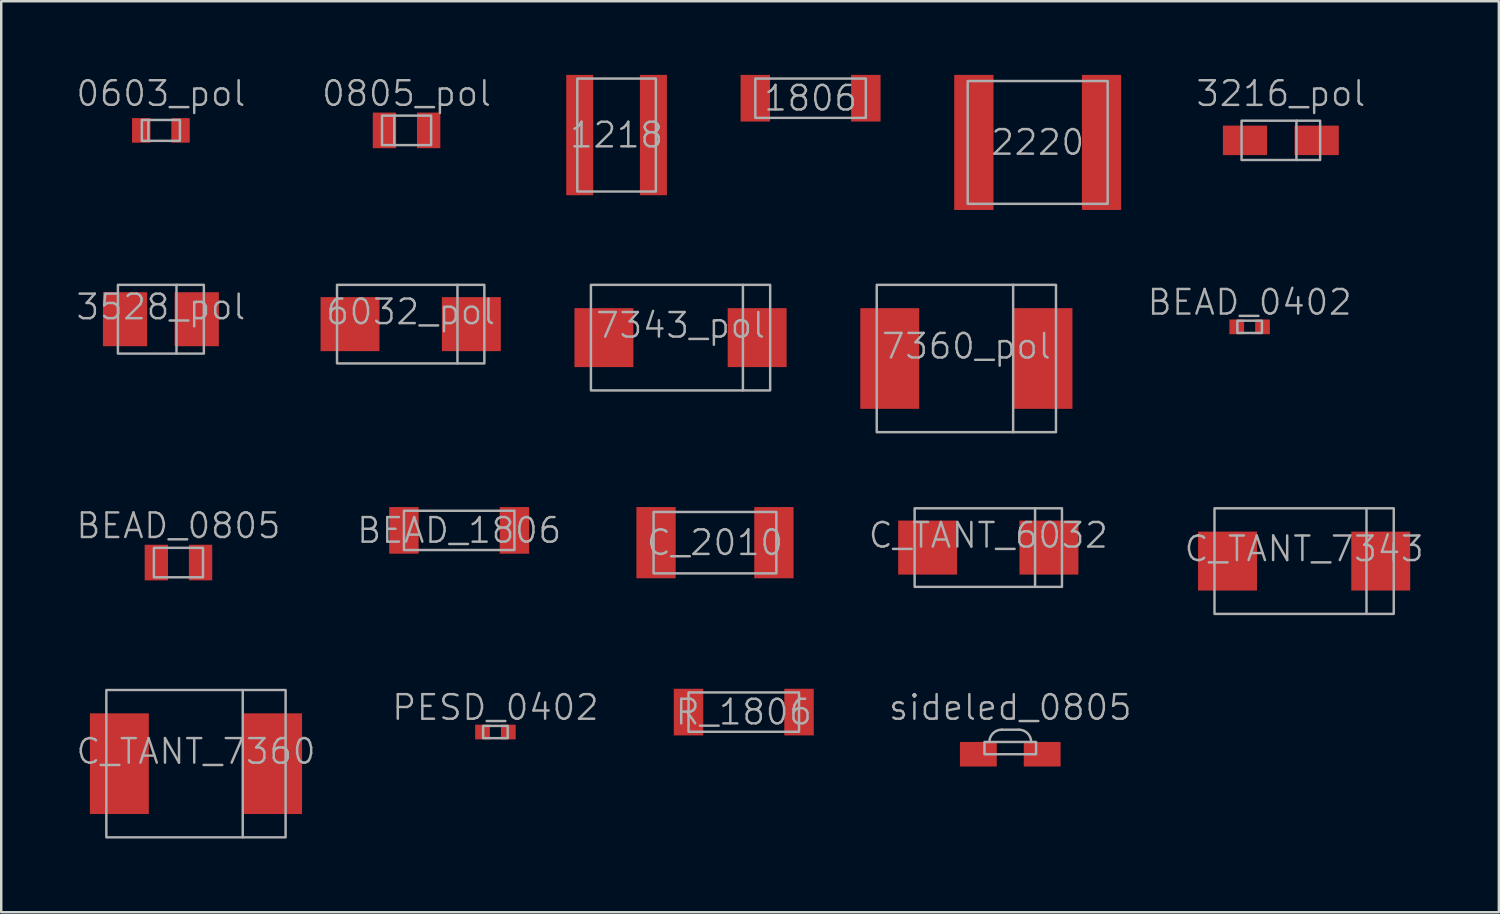
<source format=kicad_pcb>
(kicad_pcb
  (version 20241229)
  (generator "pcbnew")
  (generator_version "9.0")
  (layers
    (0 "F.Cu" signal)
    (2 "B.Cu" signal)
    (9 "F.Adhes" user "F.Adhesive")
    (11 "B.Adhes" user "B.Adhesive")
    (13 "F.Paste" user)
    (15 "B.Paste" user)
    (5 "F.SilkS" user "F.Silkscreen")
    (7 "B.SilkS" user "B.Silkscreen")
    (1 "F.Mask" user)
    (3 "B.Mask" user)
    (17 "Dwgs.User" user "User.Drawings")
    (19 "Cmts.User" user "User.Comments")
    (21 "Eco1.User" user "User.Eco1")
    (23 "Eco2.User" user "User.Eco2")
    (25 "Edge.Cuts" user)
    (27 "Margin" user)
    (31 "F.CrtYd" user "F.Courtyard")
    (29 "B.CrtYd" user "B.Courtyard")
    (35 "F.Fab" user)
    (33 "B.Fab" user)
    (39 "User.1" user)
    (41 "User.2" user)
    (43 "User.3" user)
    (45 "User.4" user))
  (footprint "BEAD_0402"
    (layer "F.Cu")
    (at 47.841 10.261)
    (property "Reference" "BEAD_0402" (at 0 -1 0) (unlocked yes) (layer "F.Fab") (effects (font (size 1 1) (thickness 0.1))))
    (attr smd)
    (fp_rect (start -0.5 -0.25) (end 0.5 0.25) (stroke (width 0.1) (type default)) (fill no) (layer "F.Fab"))
    (pad "1" smd rect (at -0.525 0) (size 0.6 0.6) (layers "F.Cu" "F.Mask" "F.Paste"))
    (pad "2" smd rect (at 0.525 0) (size 0.6 0.6) (layers "F.Cu" "F.Mask" "F.Paste")))
  (footprint "R_1806"
    (layer "F.Cu")
    (at 27.24 25.95)
    (property "Reference" "R_1806" (at 0 0 0) (unlocked yes) (layer "F.Fab") (effects (font (size 1 1) (thickness 0.1))))
    (attr smd)
    (fp_rect (start -2.25 0.8) (end 2.25 -0.8) (stroke (width 0.1) (type default)) (fill no) (layer "F.Fab"))
    (pad "1" smd rect (at -2.25 0) (size 1.2 1.9) (layers "F.Cu" "F.Mask" "F.Paste"))
    (pad "2" smd rect (at 2.25 0) (size 1.2 1.9) (layers "F.Cu" "F.Mask" "F.Paste")))
  (footprint "BEAD_0805"
    (layer "F.Cu")
    (at 4.217 19.86)
    (property "Reference" "BEAD_0805" (at 0 -1.5 0) (unlocked yes) (layer "F.Fab") (effects (font (size 1 1) (thickness 0.1))))
    (attr smd)
    (fp_rect (start -1 -0.6) (end 1 0.6) (stroke (width 0.1) (type default)) (fill no) (layer "F.Fab"))
    (pad "1" smd rect (at -0.9 0) (size 0.95 1.45) (layers "F.Cu" "F.Mask" "F.Paste"))
    (pad "2" smd rect (at 0.9 0) (size 0.95 1.45) (layers "F.Cu" "F.Mask" "F.Paste")))
  (footprint "7360_pol"
    (layer "F.Cu")
    (at 36.305 11.55)
    (property "Reference" "7360_pol" (at 0 -0.5 0) (unlocked yes) (layer "F.Fab") (effects (font (size 1 1) (thickness 0.1))))
    (attr smd)
    (fp_line (start 1.905 -3) (end 1.905 3) (stroke (width 0.1) (type default)) (layer "F.Fab"))
    (fp_rect (start -3.65 3) (end 3.65 -3) (stroke (width 0.1) (type default)) (fill no) (layer "F.Fab"))
    (pad "1" smd rect (at -3.12 0) (size 2.4 4.1) (layers "F.Cu" "F.Mask" "F.Paste"))
    (pad "2" smd rect (at 3.12 0) (size 2.4 4.1) (layers "F.Cu" "F.Mask" "F.Paste")))
  (footprint "1806"
    (layer "F.Cu")
    (at 29.96 0.95)
    (property "Reference" "1806" (at 0 0 0) (unlocked yes) (layer "F.Fab") (effects (font (size 1 1) (thickness 0.1))))
    (attr smd)
    (fp_rect (start -2.25 0.8) (end 2.25 -0.8) (stroke (width 0.1) (type default)) (fill no) (layer "F.Fab"))
    (pad "1" smd rect (at -2.25 0) (size 1.2 1.9) (layers "F.Cu" "F.Mask" "F.Paste"))
    (pad "2" smd rect (at 2.25 0) (size 1.2 1.9) (layers "F.Cu" "F.Mask" "F.Paste")))
  (footprint "7343_pol"
    (layer "F.Cu")
    (at 24.665 10.7)
    (property "Reference" "7343_pol" (at 0 -0.5 0) (unlocked yes) (layer "F.Fab") (effects (font (size 1 1) (thickness 0.1))))
    (attr smd)
    (fp_line (start 2.54 2.15) (end 2.54 -2.15) (stroke (width 0.1) (type default)) (layer "F.Fab"))
    (fp_rect (start -3.65 2.15) (end 3.65 -2.15) (stroke (width 0.1) (type default)) (fill no) (layer "F.Fab"))
    (pad "1" smd rect (at -3.12 0) (size 2.4 2.4) (layers "F.Cu" "F.Mask" "F.Paste"))
    (pad "2" smd rect (at 3.12 0) (size 2.4 2.4) (layers "F.Cu" "F.Mask" "F.Paste")))
  (footprint "C_2010"
    (layer "F.Cu")
    (at 26.067 19.05)
    (property "Reference" "C_2010" (at 0 0 0) (unlocked yes) (layer "F.Fab") (effects (font (size 1 1) (thickness 0.1))))
    (attr smd)
    (fp_rect (start -2.5 -1.25) (end 2.5 1.25) (stroke (width 0.1) (type default)) (fill no) (layer "F.Fab"))
    (pad "1" smd rect (at -2.4 0) (size 1.6 2.9) (layers "F.Cu" "F.Mask" "F.Paste"))
    (pad "2" smd rect (at 2.4 0) (size 1.6 2.9) (layers "F.Cu" "F.Mask" "F.Paste")))
  (footprint "C_TANT_6032"
    (layer "F.Cu")
    (at 37.198 19.25)
    (property "Reference" "C_TANT_6032" (at 0 -0.5 0) (unlocked yes) (layer "F.Fab") (effects (font (size 1 1) (thickness 0.1))))
    (attr smd)
    (fp_line (start 1.905 1.6) (end 1.905 -1.6) (stroke (width 0.1) (type default)) (layer "F.Fab"))
    (fp_rect (start -3 1.6) (end 3 -1.6) (stroke (width 0.1) (type default)) (fill no) (layer "F.Fab"))
    (pad "1" smd rect (at -2.47 0) (size 2.4 2.2) (layers "F.Cu" "F.Mask" "F.Paste"))
    (pad "2" smd rect (at 2.47 0) (size 2.4 2.2) (layers "F.Cu" "F.Mask" "F.Paste")))
  (footprint "BEAD_1806"
    (layer "F.Cu")
    (at 15.65 18.55)
    (property "Reference" "BEAD_1806" (at 0 0 0) (unlocked yes) (layer "F.Fab") (effects (font (size 1 1) (thickness 0.1))))
    (attr smd)
    (fp_rect (start -2.25 0.8) (end 2.25 -0.8) (stroke (width 0.1) (type default)) (fill no) (layer "F.Fab"))
    (pad "1" smd rect (at -2.25 0) (size 1.2 1.9) (layers "F.Cu" "F.Mask" "F.Paste"))
    (pad "2" smd rect (at 2.25 0) (size 1.2 1.9) (layers "F.Cu" "F.Mask" "F.Paste")))
  (footprint "C_TANT_7343"
    (layer "F.Cu")
    (at 50.06 19.8)
    (property "Reference" "C_TANT_7343" (at 0 -0.5 0) (unlocked yes) (layer "F.Fab") (effects (font (size 1 1) (thickness 0.1))))
    (attr smd)
    (fp_line (start 2.54 2.15) (end 2.54 -2.15) (stroke (width 0.1) (type default)) (layer "F.Fab"))
    (fp_rect (start -3.65 2.15) (end 3.65 -2.15) (stroke (width 0.1) (type default)) (fill no) (layer "F.Fab"))
    (pad "1" smd rect (at -3.12 0) (size 2.4 2.4) (layers "F.Cu" "F.Mask" "F.Paste"))
    (pad "2" smd rect (at 3.12 0) (size 2.4 2.4) (layers "F.Cu" "F.Mask" "F.Paste")))
  (footprint "0603_pol"
    (layer "F.Cu")
    (at 3.502 2.26)
    (property "Reference" "0603_pol" (at 0 -1.5 0) (unlocked yes) (layer "F.Fab") (effects (font (size 1 1) (thickness 0.1))))
    (attr smd)
    (fp_line (start -0.508 -0.406) (end -0.508 0.406) (stroke (width 0.1) (type default)) (layer "F.Fab"))
    (fp_rect (start -0.775 -0.425) (end 0.775 0.425) (stroke (width 0.1) (type default)) (fill no) (layer "F.Fab"))
    (pad "1" smd rect (at -0.8 0) (size 0.75 1) (layers "F.Cu" "F.Mask" "F.Paste"))
    (pad "2" smd rect (at 0.8 0) (size 0.75 1) (layers "F.Cu" "F.Mask" "F.Paste")))
  (footprint "3528_pol"
    (layer "F.Cu")
    (at 3.502 9.95)
    (property "Reference" "3528_pol" (at 0 -0.5 0) (unlocked yes) (layer "F.Fab") (effects (font (size 1 1) (thickness 0.1))))
    (attr smd)
    (fp_line (start 0.635 1.4) (end 0.635 -1.4) (stroke (width 0.1) (type default)) (layer "F.Fab"))
    (fp_rect (start -1.75 1.4) (end 1.75 -1.4) (stroke (width 0.1) (type default)) (fill no) (layer "F.Fab"))
    (pad "1" smd rect (at -1.46 0) (size 1.8 2.2) (layers "F.Cu" "F.Mask" "F.Paste"))
    (pad "2" smd rect (at 1.46 0) (size 1.8 2.2) (layers "F.Cu" "F.Mask" "F.Paste")))
  (footprint "C_TANT_7360"
    (layer "F.Cu")
    (at 4.931 28.05)
    (property "Reference" "C_TANT_7360" (at 0 -0.5 0) (unlocked yes) (layer "F.Fab") (effects (font (size 1 1) (thickness 0.1))))
    (attr smd)
    (fp_line (start 1.905 -3) (end 1.905 3) (stroke (width 0.1) (type default)) (layer "F.Fab"))
    (fp_rect (start -3.65 3) (end 3.65 -3) (stroke (width 0.1) (type default)) (fill no) (layer "F.Fab"))
    (pad "1" smd rect (at -3.12 0) (size 2.4 4.1) (layers "F.Cu" "F.Mask" "F.Paste"))
    (pad "2" smd rect (at 3.12 0) (size 2.4 4.1) (layers "F.Cu" "F.Mask" "F.Paste")))
  (footprint "1218"
    (layer "F.Cu")
    (at 22.06 2.45)
    (property "Reference" "1218" (at 0 0 0) (unlocked yes) (layer "F.Fab") (effects (font (size 1 1) (thickness 0.1))))
    (attr smd)
    (fp_rect (start -1.6 -2.3) (end 1.6 2.3) (stroke (width 0.1) (type default)) (fill no) (layer "F.Fab"))
    (pad "1" smd rect (at -1.5 0) (size 1.1 4.9) (layers "F.Cu" "F.Mask" "F.Paste"))
    (pad "2" smd rect (at 1.5 0) (size 1.1 4.9) (layers "F.Cu" "F.Mask" "F.Paste")))
  (footprint "2220"
    (layer "F.Cu")
    (at 39.21 2.75)
    (property "Reference" "2220" (at 0 0 0) (unlocked yes) (layer "F.Fab") (effects (font (size 1 1) (thickness 0.1))))
    (attr smd)
    (fp_rect (start -2.85 -2.5) (end 2.85 2.5) (stroke (width 0.1) (type default)) (fill no) (layer "F.Fab"))
    (pad "1" smd rect (at -2.6 0) (size 1.6 5.5) (layers "F.Cu" "F.Mask" "F.Paste"))
    (pad "2" smd rect (at 2.6 0) (size 1.6 5.5) (layers "F.Cu" "F.Mask" "F.Paste")))
  (footprint "PESD_0402"
    (layer "F.Cu")
    (at 17.126 26.761)
    (property "Reference" "PESD_0402" (at 0 -1 0) (unlocked yes) (layer "F.Fab") (effects (font (size 1 1) (thickness 0.1))))
    (attr smd)
    (fp_rect (start -0.5 -0.25) (end 0.5 0.25) (stroke (width 0.1) (type default)) (fill no) (layer "F.Fab"))
    (pad "1" smd rect (at -0.525 0) (size 0.6 0.6) (layers "F.Cu" "F.Mask" "F.Paste"))
    (pad "2" smd rect (at 0.525 0) (size 0.6 0.6) (layers "F.Cu" "F.Mask" "F.Paste")))
  (footprint "sideled_0805"
    (layer "F.Cu")
    (at 38.093 27.666)
    (property "Reference" "sideled_0805" (at 0 -1.905 0) (unlocked yes) (layer "F.Fab") (effects (font (size 1 1) (thickness 0.1))))
    (attr smd)
    (fp_line (start -0.35 -1) (end 0.35 -1) (stroke (width 0.1) (type default)) (layer "F.Fab"))
    (fp_rect (start -1.05 0) (end 1.05 -0.5) (stroke (width 0.1) (type default)) (fill no) (layer "F.Fab"))
    (fp_arc (start -0.85 -0.5) (mid -0.703553 -0.853553) (end -0.35 -1) (stroke (width 0.1) (type default)) (layer "F.Fab"))
    (fp_arc (start 0.35 -1) (mid 0.703553 -0.853553) (end 0.85 -0.5) (stroke (width 0.1) (type default)) (layer "F.Fab"))
    (pad "1" smd rect (at -1.3 0) (size 1.5 1) (layers "F.Cu" "F.Mask" "F.Paste"))
    (pad "2" smd rect (at 1.3 0) (size 1.5 1) (layers "F.Cu" "F.Mask" "F.Paste")))
  (footprint "6032_pol"
    (layer "F.Cu")
    (at 13.675 10.15)
    (property "Reference" "6032_pol" (at 0 -0.5 0) (unlocked yes) (layer "F.Fab") (effects (font (size 1 1) (thickness 0.1))))
    (attr smd)
    (fp_line (start 1.905 1.6) (end 1.905 -1.6) (stroke (width 0.1) (type default)) (layer "F.Fab"))
    (fp_rect (start -3 1.6) (end 3 -1.6) (stroke (width 0.1) (type default)) (fill no) (layer "F.Fab"))
    (pad "1" smd rect (at -2.47 0) (size 2.4 2.2) (layers "F.Cu" "F.Mask" "F.Paste"))
    (pad "2" smd rect (at 2.47 0) (size 2.4 2.2) (layers "F.Cu" "F.Mask" "F.Paste")))
  (footprint "3216_pol"
    (layer "F.Cu")
    (at 49.112 2.666)
    (property "Reference" "3216_pol" (at 0 -1.905 0) (unlocked yes) (layer "F.Fab") (effects (font (size 1 1) (thickness 0.1))))
    (attr smd)
    (fp_line (start 0.635 -0.8) (end 0.635 0.8) (stroke (width 0.1) (type default)) (layer "F.Fab"))
    (fp_rect (start -1.6 0.8) (end 1.6 -0.8) (stroke (width 0.1) (type default)) (fill no) (layer "F.Fab"))
    (pad "1" smd rect (at -1.46 0) (size 1.8 1.2) (layers "F.Cu" "F.Mask" "F.Paste"))
    (pad "2" smd rect (at 1.46 0) (size 1.8 1.2) (layers "F.Cu" "F.Mask" "F.Paste")))
  (footprint "0805_pol"
    (layer "F.Cu")
    (at 13.507 2.26)
    (property "Reference" "0805_pol" (at 0 -1.5 0) (unlocked yes) (layer "F.Fab") (effects (font (size 1 1) (thickness 0.1))))
    (attr smd)
    (fp_line (start -0.5 -0.6) (end -0.5 0.6) (stroke (width 0.1) (type default)) (layer "F.Fab"))
    (fp_rect (start -1 -0.6) (end 1 0.6) (stroke (width 0.1) (type default)) (fill no) (layer "F.Fab"))
    (pad "1" smd rect (at -0.9 0) (size 0.95 1.45) (layers "F.Cu" "F.Mask" "F.Paste"))
    (pad "2" smd rect (at 0.9 0) (size 0.95 1.45) (layers "F.Cu" "F.Mask" "F.Paste")))
  (gr_rect
    (start -3 -3)
    (end 57.99 34.1)
    (stroke (width 0.1) (type default))
    (fill no)
    (layer "Edge.Cuts")))
</source>
